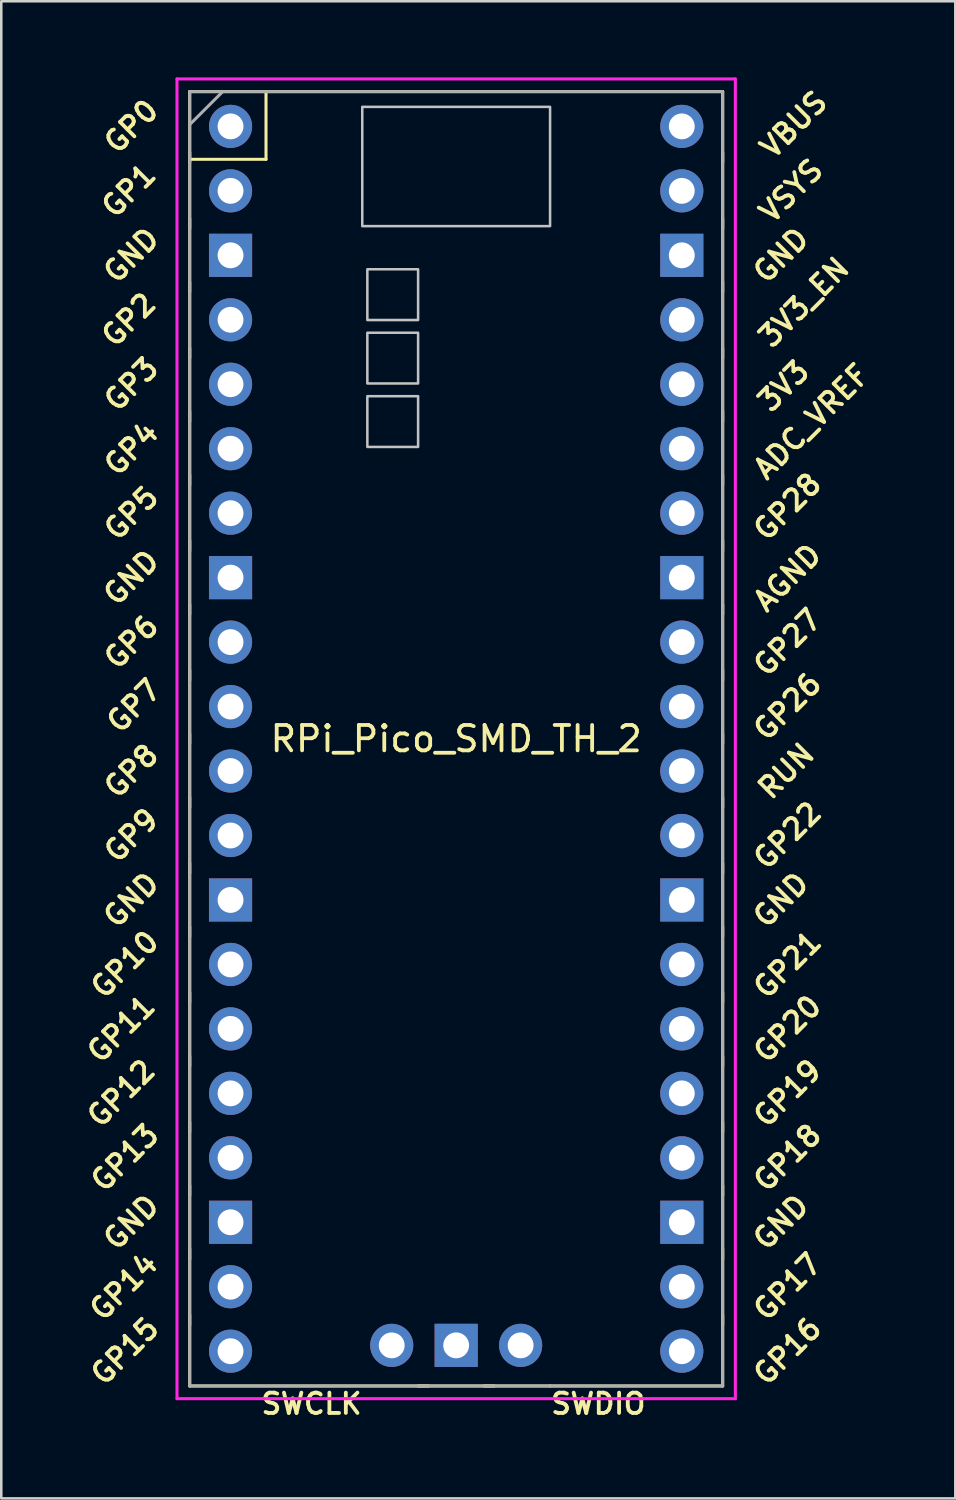
<source format=kicad_pcb>
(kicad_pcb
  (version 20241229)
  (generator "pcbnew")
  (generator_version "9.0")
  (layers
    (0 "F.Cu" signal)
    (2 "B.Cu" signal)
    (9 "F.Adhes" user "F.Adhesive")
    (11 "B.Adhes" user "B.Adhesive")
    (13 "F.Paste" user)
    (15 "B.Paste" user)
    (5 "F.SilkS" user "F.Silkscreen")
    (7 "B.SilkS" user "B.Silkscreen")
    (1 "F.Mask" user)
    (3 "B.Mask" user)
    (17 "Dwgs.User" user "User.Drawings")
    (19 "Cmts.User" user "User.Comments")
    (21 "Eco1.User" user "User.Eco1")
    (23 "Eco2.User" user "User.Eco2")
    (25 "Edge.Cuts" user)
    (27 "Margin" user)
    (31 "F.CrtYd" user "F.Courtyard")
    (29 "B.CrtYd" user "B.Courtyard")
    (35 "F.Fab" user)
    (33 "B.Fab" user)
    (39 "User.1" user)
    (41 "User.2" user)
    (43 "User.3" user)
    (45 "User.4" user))
  (footprint "RPi_Pico_SMD_TH_2"
    (layer "F.Cu")
    (at 14.924 26.06)
    (property "Reference" "RPi_Pico_SMD_TH_2" (at 0 0 0) (layer "F.SilkS") (effects (font (size 1 1) (thickness 0.15))))
    (attr through_hole)
    (fp_line (start -10.5 -25.5) (end -10.5 25.5) (stroke (width 0.12) (type solid)) (layer "F.SilkS"))
    (fp_line (start -10.5 -25.5) (end 10.5 -25.5) (stroke (width 0.12) (type solid)) (layer "F.SilkS"))
    (fp_line (start -10.5 -23.1) (end -10.5 -22.7) (stroke (width 0.12) (type solid)) (layer "F.SilkS"))
    (fp_line (start -10.5 -22.833) (end -7.493 -22.833) (stroke (width 0.12) (type solid)) (layer "F.SilkS"))
    (fp_line (start -10.5 -20.5) (end -10.5 -20.1) (stroke (width 0.12) (type solid)) (layer "F.SilkS"))
    (fp_line (start -10.5 -18) (end -10.5 -17.6) (stroke (width 0.12) (type solid)) (layer "F.SilkS"))
    (fp_line (start -10.5 -15.4) (end -10.5 -15) (stroke (width 0.12) (type solid)) (layer "F.SilkS"))
    (fp_line (start -10.5 -12.9) (end -10.5 -12.5) (stroke (width 0.12) (type solid)) (layer "F.SilkS"))
    (fp_line (start -10.5 -10.4) (end -10.5 -10) (stroke (width 0.12) (type solid)) (layer "F.SilkS"))
    (fp_line (start -10.5 -7.8) (end -10.5 -7.4) (stroke (width 0.12) (type solid)) (layer "F.SilkS"))
    (fp_line (start -10.5 -5.3) (end -10.5 -4.9) (stroke (width 0.12) (type solid)) (layer "F.SilkS"))
    (fp_line (start -10.5 -2.7) (end -10.5 -2.3) (stroke (width 0.12) (type solid)) (layer "F.SilkS"))
    (fp_line (start -10.5 -0.2) (end -10.5 0.2) (stroke (width 0.12) (type solid)) (layer "F.SilkS"))
    (fp_line (start -10.5 2.3) (end -10.5 2.7) (stroke (width 0.12) (type solid)) (layer "F.SilkS"))
    (fp_line (start -10.5 4.9) (end -10.5 5.3) (stroke (width 0.12) (type solid)) (layer "F.SilkS"))
    (fp_line (start -10.5 7.4) (end -10.5 7.8) (stroke (width 0.12) (type solid)) (layer "F.SilkS"))
    (fp_line (start -10.5 10) (end -10.5 10.4) (stroke (width 0.12) (type solid)) (layer "F.SilkS"))
    (fp_line (start -10.5 12.5) (end -10.5 12.9) (stroke (width 0.12) (type solid)) (layer "F.SilkS"))
    (fp_line (start -10.5 15.1) (end -10.5 15.5) (stroke (width 0.12) (type solid)) (layer "F.SilkS"))
    (fp_line (start -10.5 17.6) (end -10.5 18) (stroke (width 0.12) (type solid)) (layer "F.SilkS"))
    (fp_line (start -10.5 20.1) (end -10.5 20.5) (stroke (width 0.12) (type solid)) (layer "F.SilkS"))
    (fp_line (start -10.5 22.7) (end -10.5 23.1) (stroke (width 0.12) (type solid)) (layer "F.SilkS"))
    (fp_line (start -7.493 -22.833) (end -7.493 -25.5) (stroke (width 0.12) (type solid)) (layer "F.SilkS"))
    (fp_line (start -1.5 25.5) (end -1.1 25.5) (stroke (width 0.12) (type solid)) (layer "F.SilkS"))
    (fp_line (start 1.1 25.5) (end 1.5 25.5) (stroke (width 0.12) (type solid)) (layer "F.SilkS"))
    (fp_line (start 3.7 25.5) (end -10.5 25.5) (stroke (width 0.12) (type solid)) (layer "F.SilkS"))
    (fp_line (start 10.5 -25.5) (end 10.5 25.5) (stroke (width 0.12) (type solid)) (layer "F.SilkS"))
    (fp_line (start 10.5 -23.1) (end 10.5 -22.7) (stroke (width 0.12) (type solid)) (layer "F.SilkS"))
    (fp_line (start 10.5 -20.5) (end 10.5 -20.1) (stroke (width 0.12) (type solid)) (layer "F.SilkS"))
    (fp_line (start 10.5 -18) (end 10.5 -17.6) (stroke (width 0.12) (type solid)) (layer "F.SilkS"))
    (fp_line (start 10.5 -15.4) (end 10.5 -15) (stroke (width 0.12) (type solid)) (layer "F.SilkS"))
    (fp_line (start 10.5 -12.9) (end 10.5 -12.5) (stroke (width 0.12) (type solid)) (layer "F.SilkS"))
    (fp_line (start 10.5 -10.4) (end 10.5 -10) (stroke (width 0.12) (type solid)) (layer "F.SilkS"))
    (fp_line (start 10.5 -7.8) (end 10.5 -7.4) (stroke (width 0.12) (type solid)) (layer "F.SilkS"))
    (fp_line (start 10.5 -5.3) (end 10.5 -4.9) (stroke (width 0.12) (type solid)) (layer "F.SilkS"))
    (fp_line (start 10.5 -2.7) (end 10.5 -2.3) (stroke (width 0.12) (type solid)) (layer "F.SilkS"))
    (fp_line (start 10.5 -0.2) (end 10.5 0.2) (stroke (width 0.12) (type solid)) (layer "F.SilkS"))
    (fp_line (start 10.5 2.3) (end 10.5 2.7) (stroke (width 0.12) (type solid)) (layer "F.SilkS"))
    (fp_line (start 10.5 4.9) (end 10.5 5.3) (stroke (width 0.12) (type solid)) (layer "F.SilkS"))
    (fp_line (start 10.5 7.4) (end 10.5 7.8) (stroke (width 0.12) (type solid)) (layer "F.SilkS"))
    (fp_line (start 10.5 10) (end 10.5 10.4) (stroke (width 0.12) (type solid)) (layer "F.SilkS"))
    (fp_line (start 10.5 12.5) (end 10.5 12.9) (stroke (width 0.12) (type solid)) (layer "F.SilkS"))
    (fp_line (start 10.5 15.1) (end 10.5 15.5) (stroke (width 0.12) (type solid)) (layer "F.SilkS"))
    (fp_line (start 10.5 17.6) (end 10.5 18) (stroke (width 0.12) (type solid)) (layer "F.SilkS"))
    (fp_line (start 10.5 20.1) (end 10.5 20.5) (stroke (width 0.12) (type solid)) (layer "F.SilkS"))
    (fp_line (start 10.5 22.7) (end 10.5 23.1) (stroke (width 0.12) (type solid)) (layer "F.SilkS"))
    (fp_line (start 10.5 25.5) (end 3.7 25.5) (stroke (width 0.12) (type solid)) (layer "F.SilkS"))
    (fp_poly (pts (xy -1.5 -16.5) (xy -3.5 -16.5) (xy -3.5 -18.5) (xy -1.5 -18.5)) (stroke (width 0.1) (type solid)) (fill no) (layer "Dwgs.User"))
    (fp_poly (pts (xy -1.5 -14) (xy -3.5 -14) (xy -3.5 -16) (xy -1.5 -16)) (stroke (width 0.1) (type solid)) (fill no) (layer "Dwgs.User"))
    (fp_poly (pts (xy -1.5 -11.5) (xy -3.5 -11.5) (xy -3.5 -13.5) (xy -1.5 -13.5)) (stroke (width 0.1) (type solid)) (fill no) (layer "Dwgs.User"))
    (fp_poly (pts (xy 3.7 -20.2) (xy -3.7 -20.2) (xy -3.7 -24.9) (xy 3.7 -24.9)) (stroke (width 0.1) (type solid)) (fill no) (layer "Dwgs.User"))
    (fp_line (start -11 -26) (end 11 -26) (stroke (width 0.12) (type solid)) (layer "F.CrtYd"))
    (fp_line (start -11 26) (end -11 -26) (stroke (width 0.12) (type solid)) (layer "F.CrtYd"))
    (fp_line (start 11 -26) (end 11 26) (stroke (width 0.12) (type solid)) (layer "F.CrtYd"))
    (fp_line (start 11 26) (end -11 26) (stroke (width 0.12) (type solid)) (layer "F.CrtYd"))
    (fp_line (start -10.5 -25.5) (end 10.5 -25.5) (stroke (width 0.12) (type solid)) (layer "F.Fab"))
    (fp_line (start -10.5 -24.2) (end -9.2 -25.5) (stroke (width 0.12) (type solid)) (layer "F.Fab"))
    (fp_line (start -10.5 25.5) (end -10.5 -25.5) (stroke (width 0.12) (type solid)) (layer "F.Fab"))
    (fp_line (start 10.5 -25.5) (end 10.5 25.5) (stroke (width 0.12) (type solid)) (layer "F.Fab"))
    (fp_line (start 10.5 25.5) (end -10.5 25.5) (stroke (width 0.12) (type solid)) (layer "F.Fab"))
    (fp_text user "GP5" (at -12.8 -8.89 45) (layer "F.SilkS") (effects (font (size 0.8 0.8) (thickness 0.15))))
    (fp_text user "GND" (at 12.8 19.05 45) (layer "F.SilkS") (effects (font (size 0.8 0.8) (thickness 0.15))))
    (fp_text user "3V3" (at 12.9 -13.9 45) (layer "F.SilkS") (effects (font (size 0.8 0.8) (thickness 0.15))))
    (fp_text user "GP15" (at -13.054 24.13 45) (layer "F.SilkS") (effects (font (size 0.8 0.8) (thickness 0.15))))
    (fp_text user "GP9" (at -12.8 3.81 45) (layer "F.SilkS") (effects (font (size 0.8 0.8) (thickness 0.15))))
    (fp_text user "GND" (at -12.8 19.05 45) (layer "F.SilkS") (effects (font (size 0.8 0.8) (thickness 0.15))))
    (fp_text user "GND" (at -12.8 -19.05 45) (layer "F.SilkS") (effects (font (size 0.8 0.8) (thickness 0.15))))
    (fp_text user "GP19" (at 13.054 13.97 45) (layer "F.SilkS") (effects (font (size 0.8 0.8) (thickness 0.15))))
    (fp_text user "GP28" (at 13.054 -9.144 45) (layer "F.SilkS") (effects (font (size 0.8 0.8) (thickness 0.15))))
    (fp_text user "SWDIO" (at 5.6 26.2 0) (layer "F.SilkS") (effects (font (size 0.8 0.8) (thickness 0.15))))
    (fp_text user "GP14" (at -13.1 21.59 45) (layer "F.SilkS") (effects (font (size 0.8 0.8) (thickness 0.15))))
    (fp_text user "GND" (at 12.8 -19.05 45) (layer "F.SilkS") (effects (font (size 0.8 0.8) (thickness 0.15))))
    (fp_text user "GP8" (at -12.8 1.27 45) (layer "F.SilkS") (effects (font (size 0.8 0.8) (thickness 0.15))))
    (fp_text user "GP7" (at -12.7 -1.3 45) (layer "F.SilkS") (effects (font (size 0.8 0.8) (thickness 0.15))))
    (fp_text user "SWCLK" (at -5.7 26.2 0) (layer "F.SilkS") (effects (font (size 0.8 0.8) (thickness 0.15))))
    (fp_text user "GP11" (at -13.2 11.43 45) (layer "F.SilkS") (effects (font (size 0.8 0.8) (thickness 0.15))))
    (fp_text user "GP20" (at 13.054 11.43 45) (layer "F.SilkS") (effects (font (size 0.8 0.8) (thickness 0.15))))
    (fp_text user "GND" (at -12.8 6.35 45) (layer "F.SilkS") (effects (font (size 0.8 0.8) (thickness 0.15))))
    (fp_text user "VSYS" (at 13.2 -21.59 45) (layer "F.SilkS") (effects (font (size 0.8 0.8) (thickness 0.15))))
    (fp_text user "GP21" (at 13.054 8.9 45) (layer "F.SilkS") (effects (font (size 0.8 0.8) (thickness 0.15))))
    (fp_text user "GP12" (at -13.2 13.97 45) (layer "F.SilkS") (effects (font (size 0.8 0.8) (thickness 0.15))))
    (fp_text user "GP3" (at -12.8 -13.97 45) (layer "F.SilkS") (effects (font (size 0.8 0.8) (thickness 0.15))))
    (fp_text user "VBUS" (at 13.3 -24.2 45) (layer "F.SilkS") (effects (font (size 0.8 0.8) (thickness 0.15))))
    (fp_text user "GND" (at -12.8 -6.35 45) (layer "F.SilkS") (effects (font (size 0.8 0.8) (thickness 0.15))))
    (fp_text user "3V3_EN" (at 13.7 -17.2 45) (layer "F.SilkS") (effects (font (size 0.8 0.8) (thickness 0.15))))
    (fp_text user "GP2" (at -12.9 -16.51 45) (layer "F.SilkS") (effects (font (size 0.8 0.8) (thickness 0.15))))
    (fp_text user "GP26" (at 13.054 -1.27 45) (layer "F.SilkS") (effects (font (size 0.8 0.8) (thickness 0.15))))
    (fp_text user "AGND" (at 13.054 -6.35 45) (layer "F.SilkS") (effects (font (size 0.8 0.8) (thickness 0.15))))
    (fp_text user "ADC_VREF" (at 14 -12.5 45) (layer "F.SilkS") (effects (font (size 0.8 0.8) (thickness 0.15))))
    (fp_text user "GP1" (at -12.9 -21.6 45) (layer "F.SilkS") (effects (font (size 0.8 0.8) (thickness 0.15))))
    (fp_text user "GP16" (at 13.054 24.13 45) (layer "F.SilkS") (effects (font (size 0.8 0.8) (thickness 0.15))))
    (fp_text user "GP22" (at 13.054 3.81 45) (layer "F.SilkS") (effects (font (size 0.8 0.8) (thickness 0.15))))
    (fp_text user "GP4" (at -12.8 -11.43 45) (layer "F.SilkS") (effects (font (size 0.8 0.8) (thickness 0.15))))
    (fp_text user "GP18" (at 13.054 16.51 45) (layer "F.SilkS") (effects (font (size 0.8 0.8) (thickness 0.15))))
    (fp_text user "GP27" (at 13.054 -3.8 45) (layer "F.SilkS") (effects (font (size 0.8 0.8) (thickness 0.15))))
    (fp_text user "RUN" (at 13 1.27 45) (layer "F.SilkS") (effects (font (size 0.8 0.8) (thickness 0.15))))
    (fp_text user "GP6" (at -12.8 -3.81 45) (layer "F.SilkS") (effects (font (size 0.8 0.8) (thickness 0.15))))
    (fp_text user "GP17" (at 13.054 21.59 45) (layer "F.SilkS") (effects (font (size 0.8 0.8) (thickness 0.15))))
    (fp_text user "GP13" (at -13.054 16.51 45) (layer "F.SilkS") (effects (font (size 0.8 0.8) (thickness 0.15))))
    (fp_text user "GP0" (at -12.8 -24.13 45) (layer "F.SilkS") (effects (font (size 0.8 0.8) (thickness 0.15))))
    (fp_text user "GP10" (at -13.054 8.89 45) (layer "F.SilkS") (effects (font (size 0.8 0.8) (thickness 0.15))))
    (fp_text user "GND" (at 12.8 6.35 45) (layer "F.SilkS") (effects (font (size 0.8 0.8) (thickness 0.15))))
    (pad "1" thru_hole oval (at -8.89 -24.13) (size 1.7 1.7) (drill 1.02) (layers "*.Cu" "*.Mask"))
    (pad "2" thru_hole oval (at -8.89 -21.59) (size 1.7 1.7) (drill 1.02) (layers "*.Cu" "*.Mask"))
    (pad "3" thru_hole rect (at -8.89 -19.05) (size 1.7 1.7) (drill 1.02) (layers "*.Cu" "*.Mask"))
    (pad "4" thru_hole oval (at -8.89 -16.51) (size 1.7 1.7) (drill 1.02) (layers "*.Cu" "*.Mask"))
    (pad "5" thru_hole oval (at -8.89 -13.97) (size 1.7 1.7) (drill 1.02) (layers "*.Cu" "*.Mask"))
    (pad "6" thru_hole oval (at -8.89 -11.43) (size 1.7 1.7) (drill 1.02) (layers "*.Cu" "*.Mask"))
    (pad "7" thru_hole oval (at -8.89 -8.89) (size 1.7 1.7) (drill 1.02) (layers "*.Cu" "*.Mask"))
    (pad "8" thru_hole rect (at -8.89 -6.35) (size 1.7 1.7) (drill 1.02) (layers "*.Cu" "*.Mask"))
    (pad "9" thru_hole oval (at -8.89 -3.81) (size 1.7 1.7) (drill 1.02) (layers "*.Cu" "*.Mask"))
    (pad "10" thru_hole oval (at -8.89 -1.27) (size 1.7 1.7) (drill 1.02) (layers "*.Cu" "*.Mask"))
    (pad "11" thru_hole oval (at -8.89 1.27) (size 1.7 1.7) (drill 1.02) (layers "*.Cu" "*.Mask"))
    (pad "12" thru_hole oval (at -8.89 3.81) (size 1.7 1.7) (drill 1.02) (layers "*.Cu" "*.Mask"))
    (pad "13" thru_hole rect (at -8.89 6.35) (size 1.7 1.7) (drill 1.02) (layers "*.Cu" "*.Mask"))
    (pad "14" thru_hole oval (at -8.89 8.89) (size 1.7 1.7) (drill 1.02) (layers "*.Cu" "*.Mask"))
    (pad "15" thru_hole oval (at -8.89 11.43) (size 1.7 1.7) (drill 1.02) (layers "*.Cu" "*.Mask"))
    (pad "16" thru_hole oval (at -8.89 13.97) (size 1.7 1.7) (drill 1.02) (layers "*.Cu" "*.Mask"))
    (pad "17" thru_hole oval (at -8.89 16.51) (size 1.7 1.7) (drill 1.02) (layers "*.Cu" "*.Mask"))
    (pad "18" thru_hole rect (at -8.89 19.05) (size 1.7 1.7) (drill 1.02) (layers "*.Cu" "*.Mask"))
    (pad "19" thru_hole oval (at -8.89 21.59) (size 1.7 1.7) (drill 1.02) (layers "*.Cu" "*.Mask"))
    (pad "20" thru_hole oval (at -8.89 24.13) (size 1.7 1.7) (drill 1.02) (layers "*.Cu" "*.Mask"))
    (pad "21" thru_hole oval (at 8.89 24.13) (size 1.7 1.7) (drill 1.02) (layers "*.Cu" "*.Mask"))
    (pad "22" thru_hole oval (at 8.89 21.59) (size 1.7 1.7) (drill 1.02) (layers "*.Cu" "*.Mask"))
    (pad "23" thru_hole rect (at 8.89 19.05) (size 1.7 1.7) (drill 1.02) (layers "*.Cu" "*.Mask"))
    (pad "24" thru_hole oval (at 8.89 16.51) (size 1.7 1.7) (drill 1.02) (layers "*.Cu" "*.Mask"))
    (pad "25" thru_hole oval (at 8.89 13.97) (size 1.7 1.7) (drill 1.02) (layers "*.Cu" "*.Mask"))
    (pad "26" thru_hole oval (at 8.89 11.43) (size 1.7 1.7) (drill 1.02) (layers "*.Cu" "*.Mask"))
    (pad "27" thru_hole oval (at 8.89 8.89) (size 1.7 1.7) (drill 1.02) (layers "*.Cu" "*.Mask"))
    (pad "28" thru_hole rect (at 8.89 6.35) (size 1.7 1.7) (drill 1.02) (layers "*.Cu" "*.Mask"))
    (pad "29" thru_hole oval (at 8.89 3.81) (size 1.7 1.7) (drill 1.02) (layers "*.Cu" "*.Mask"))
    (pad "30" thru_hole oval (at 8.89 1.27) (size 1.7 1.7) (drill 1.02) (layers "*.Cu" "*.Mask"))
    (pad "31" thru_hole oval (at 8.89 -1.27) (size 1.7 1.7) (drill 1.02) (layers "*.Cu" "*.Mask"))
    (pad "32" thru_hole oval (at 8.89 -3.81) (size 1.7 1.7) (drill 1.02) (layers "*.Cu" "*.Mask"))
    (pad "33" thru_hole rect (at 8.89 -6.35) (size 1.7 1.7) (drill 1.02) (layers "*.Cu" "*.Mask"))
    (pad "34" thru_hole oval (at 8.89 -8.89) (size 1.7 1.7) (drill 1.02) (layers "*.Cu" "*.Mask"))
    (pad "35" thru_hole oval (at 8.89 -11.43) (size 1.7 1.7) (drill 1.02) (layers "*.Cu" "*.Mask"))
    (pad "36" thru_hole oval (at 8.89 -13.97) (size 1.7 1.7) (drill 1.02) (layers "*.Cu" "*.Mask"))
    (pad "37" thru_hole oval (at 8.89 -16.51) (size 1.7 1.7) (drill 1.02) (layers "*.Cu" "*.Mask"))
    (pad "38" thru_hole rect (at 8.89 -19.05) (size 1.7 1.7) (drill 1.02) (layers "*.Cu" "*.Mask"))
    (pad "39" thru_hole oval (at 8.89 -21.59) (size 1.7 1.7) (drill 1.02) (layers "*.Cu" "*.Mask"))
    (pad "40" thru_hole oval (at 8.89 -24.13) (size 1.7 1.7) (drill 1.02) (layers "*.Cu" "*.Mask"))
    (pad "41" thru_hole oval (at -2.54 23.9) (size 1.7 1.7) (drill 1.02) (layers "*.Cu" "*.Mask"))
    (pad "42" thru_hole rect (at 0 23.9) (size 1.7 1.7) (drill 1.02) (layers "*.Cu" "*.Mask"))
    (pad "43" thru_hole oval (at 2.54 23.9) (size 1.7 1.7) (drill 1.02) (layers "*.Cu" "*.Mask")))
  (gr_rect
    (start -3 -3)
    (end 34.591 55.991)
    (stroke (width 0.1) (type default))
    (fill no)
    (layer "Edge.Cuts")))
</source>
